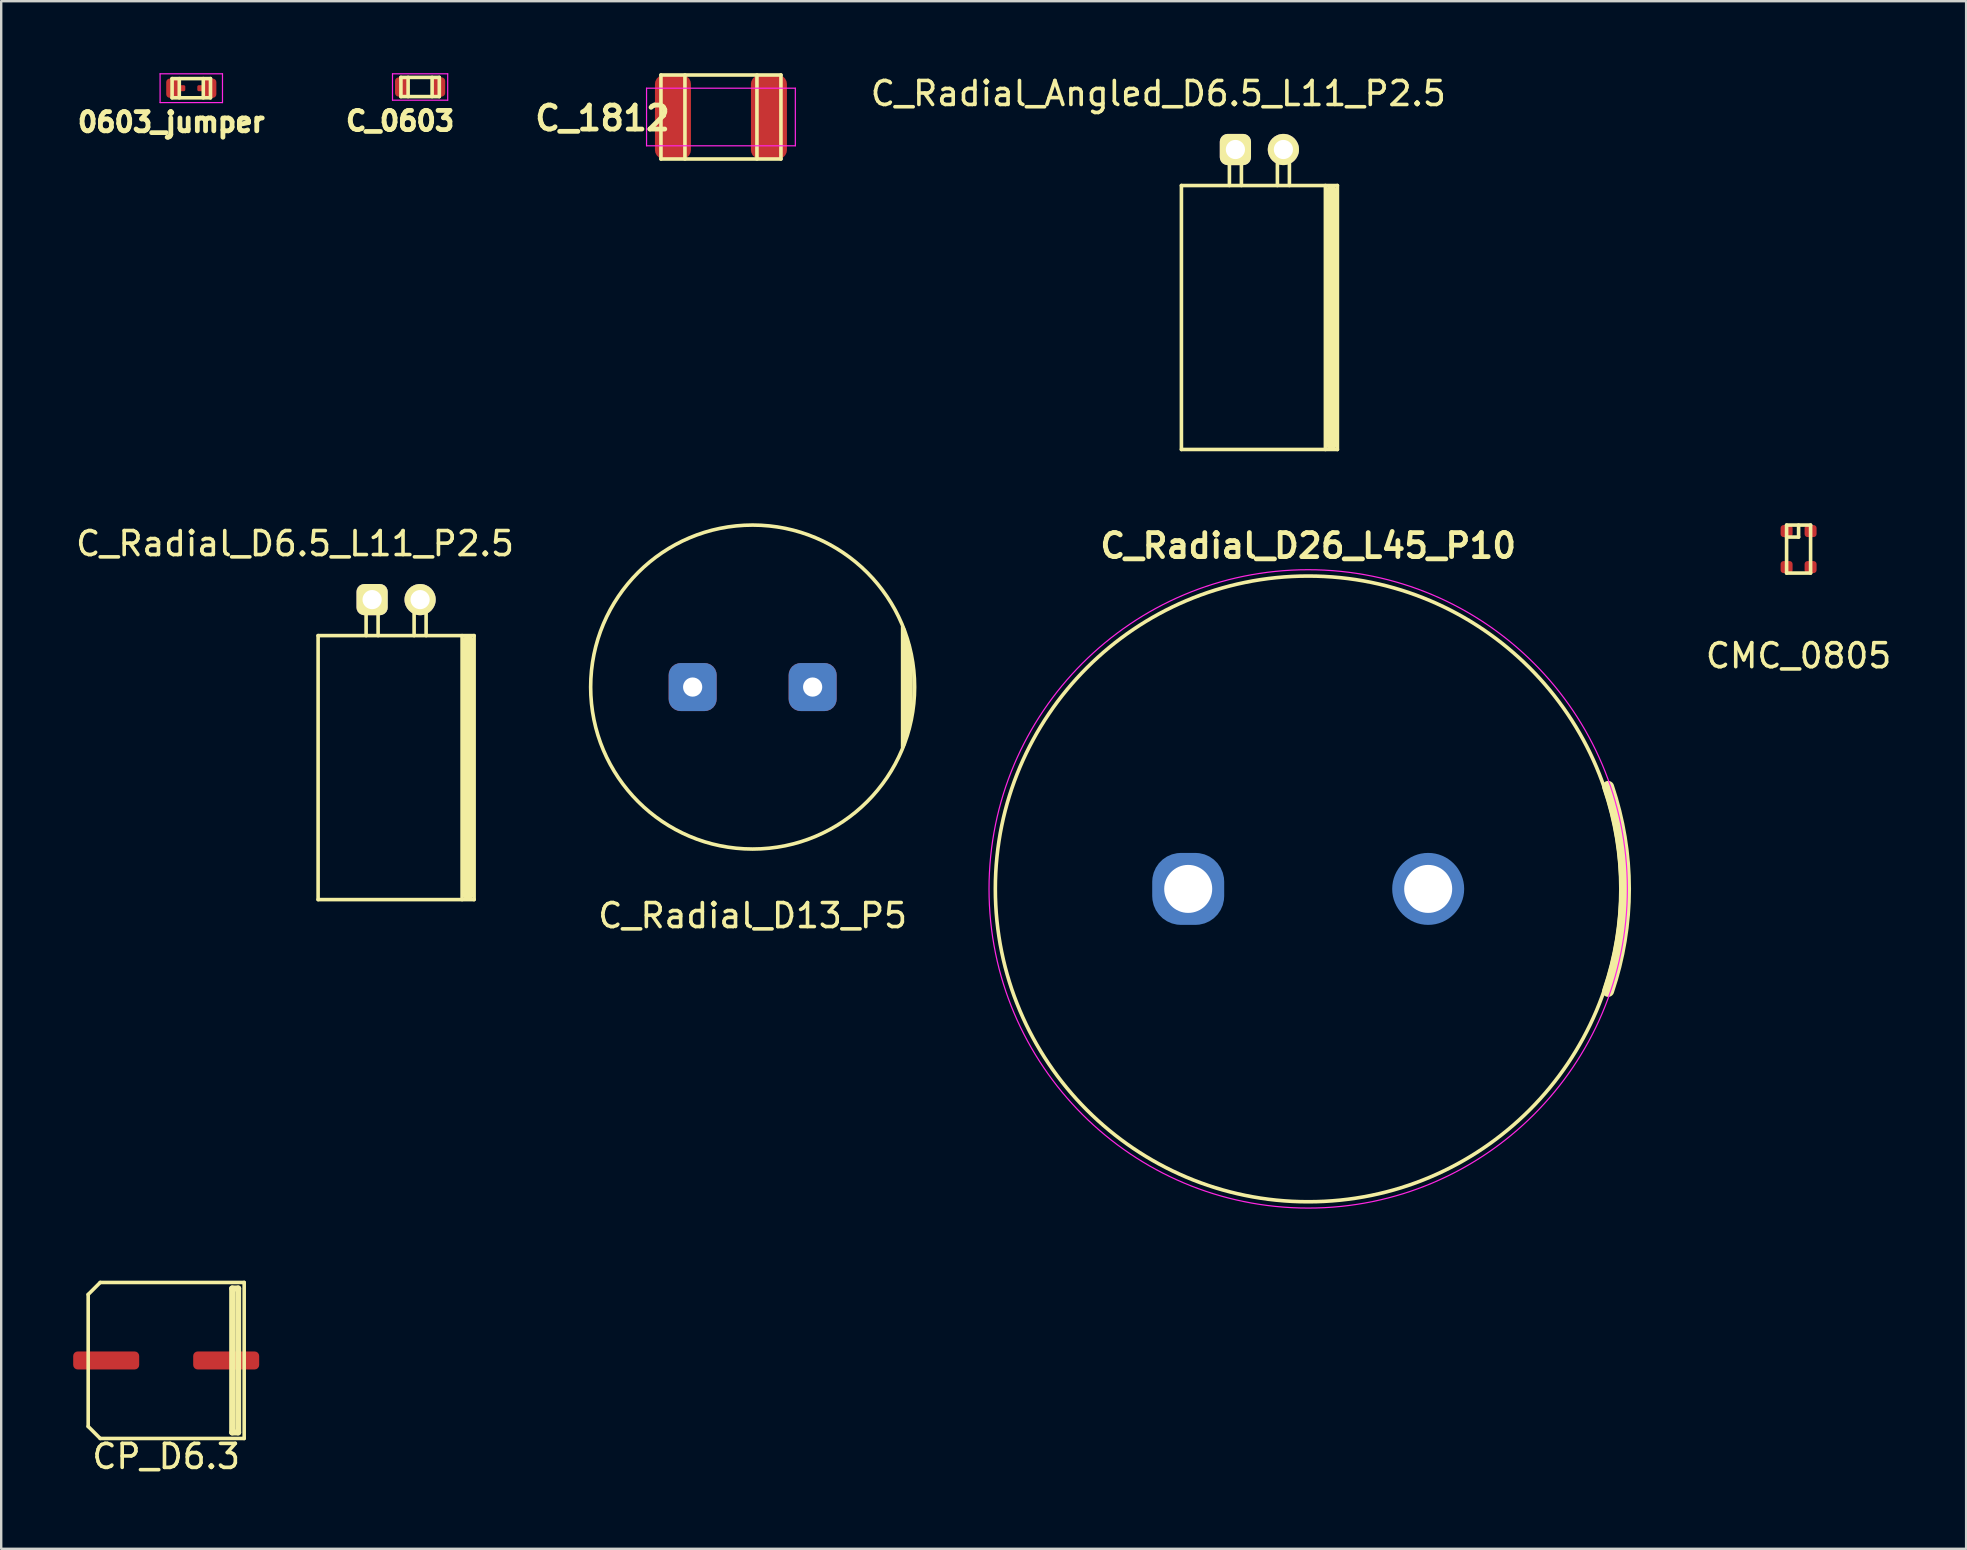
<source format=kicad_pcb>
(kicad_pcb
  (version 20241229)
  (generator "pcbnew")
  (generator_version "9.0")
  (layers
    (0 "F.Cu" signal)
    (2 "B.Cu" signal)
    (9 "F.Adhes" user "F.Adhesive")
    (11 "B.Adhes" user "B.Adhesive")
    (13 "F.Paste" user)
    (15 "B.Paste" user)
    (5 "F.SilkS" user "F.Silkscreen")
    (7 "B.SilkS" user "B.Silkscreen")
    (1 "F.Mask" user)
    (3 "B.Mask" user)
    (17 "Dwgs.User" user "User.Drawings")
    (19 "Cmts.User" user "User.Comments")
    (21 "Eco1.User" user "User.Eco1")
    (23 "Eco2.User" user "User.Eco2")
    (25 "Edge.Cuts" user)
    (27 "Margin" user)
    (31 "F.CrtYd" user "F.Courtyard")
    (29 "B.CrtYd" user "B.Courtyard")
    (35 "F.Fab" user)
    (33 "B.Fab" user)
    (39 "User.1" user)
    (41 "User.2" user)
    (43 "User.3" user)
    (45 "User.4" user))
  (footprint "C_Radial_D6.5_L11_P2.5"
    (layer "F.Cu")
    (at 12.456 21.936)
    (property "Reference" "C_Radial_D6.5_L11_P2.5" (at -3.212 -2.332 0) (layer "F.SilkS") (effects (font (size 1 1) (thickness 0.15))))
    (attr through_hole)
    (fp_line (start -2.25 1.5) (end -2.25 12.5) (stroke (width 0.15) (type solid)) (layer "F.SilkS"))
    (fp_line (start -2.25 1.5) (end 4.25 1.5) (stroke (width 0.15) (type solid)) (layer "F.SilkS"))
    (fp_line (start -2.25 12.5) (end 4.25 12.5) (stroke (width 0.15) (type solid)) (layer "F.SilkS"))
    (fp_line (start -0.25 -0.25) (end 0.25 -0.25) (stroke (width 0.15) (type solid)) (layer "F.SilkS"))
    (fp_line (start -0.25 0) (end -0.25 -0.25) (stroke (width 0.15) (type solid)) (layer "F.SilkS"))
    (fp_line (start -0.25 1.5) (end -0.25 0) (stroke (width 0.15) (type solid)) (layer "F.SilkS"))
    (fp_line (start 0.25 -0.25) (end 0.25 1.5) (stroke (width 0.15) (type solid)) (layer "F.SilkS"))
    (fp_line (start 1.75 -0.25) (end 2.25 -0.25) (stroke (width 0.15) (type solid)) (layer "F.SilkS"))
    (fp_line (start 1.75 1.5) (end 1.75 -0.25) (stroke (width 0.15) (type solid)) (layer "F.SilkS"))
    (fp_line (start 2.25 -0.25) (end 2.25 1.5) (stroke (width 0.15) (type solid)) (layer "F.SilkS"))
    (fp_line (start 3.75 1.5) (end 3.75 12.5) (stroke (width 0.15) (type solid)) (layer "F.SilkS"))
    (fp_line (start 4 1.75) (end 4 12.25) (stroke (width 0.5) (type solid)) (layer "F.SilkS"))
    (fp_line (start 4.25 12.5) (end 4.25 1.5) (stroke (width 0.15) (type solid)) (layer "F.SilkS"))
    (pad "1" thru_hole roundrect (at 0 0) (size 1.3 1.3) (drill 0.8) (layers "*.Cu" "*.Mask" "F.SilkS") (roundrect_rratio 0.25))
    (pad "2" thru_hole circle (at 2 0) (size 1.3 1.3) (drill 0.8) (layers "*.Cu" "*.Mask" "F.SilkS")))
  (footprint "CMC_0805"
    (layer "F.Cu")
    (at 71.898 19.83)
    (property "Reference" "CMC_0805" (at 0 4.445 0) (layer "F.SilkS") (effects (font (size 1 1) (thickness 0.15))))
    (attr through_hole)
    (fp_line (start -0.5 -1) (end -0.5 1) (stroke (width 0.15) (type solid)) (layer "F.SilkS"))
    (fp_line (start -0.5 -0.5) (end 0 -0.5) (stroke (width 0.15) (type solid)) (layer "F.SilkS"))
    (fp_line (start -0.5 1) (end 0.5 1) (stroke (width 0.15) (type solid)) (layer "F.SilkS"))
    (fp_line (start 0 -0.5) (end 0 -1) (stroke (width 0.15) (type solid)) (layer "F.SilkS"))
    (fp_line (start 0.5 -1) (end -0.5 -1) (stroke (width 0.15) (type solid)) (layer "F.SilkS"))
    (fp_line (start 0.5 1) (end 0.5 -1) (stroke (width 0.15) (type solid)) (layer "F.SilkS"))
    (pad "1" smd roundrect (at -0.5 -0.75) (size 0.5 0.5) (layers "F.Cu" "F.Mask" "F.Paste") (roundrect_rratio 0.25))
    (pad "2" smd roundrect (at -0.5 0.75) (size 0.5 0.5) (layers "F.Cu" "F.Mask" "F.Paste") (roundrect_rratio 0.25))
    (pad "3" smd roundrect (at 0.5 0.75) (size 0.5 0.5) (layers "F.Cu" "F.Mask" "F.Paste") (roundrect_rratio 0.25))
    (pad "4" smd roundrect (at 0.5 -0.75) (size 0.5 0.5) (layers "F.Cu" "F.Mask" "F.Paste") (roundrect_rratio 0.25)))
  (footprint "C_0603"
    (layer "F.Cu")
    (at 14.456 0.575)
    (property "Reference" "C_0603" (at -0.834 1.416 0) (layer "F.SilkS") (effects (font (size 0.8 0.8) (thickness 0.2))))
    (attr smd)
    (fp_line (start -0.8 -0.4) (end -0.8 0.4) (stroke (width 0.15) (type solid)) (layer "F.SilkS"))
    (fp_line (start -0.8 0.4) (end 0.8 0.4) (stroke (width 0.15) (type solid)) (layer "F.SilkS"))
    (fp_line (start -0.5 -0.4) (end -0.5 0.4) (stroke (width 0.15) (type solid)) (layer "F.SilkS"))
    (fp_line (start 0.5 -0.4) (end 0.5 0.4) (stroke (width 0.15) (type solid)) (layer "F.SilkS"))
    (fp_line (start 0.8 -0.4) (end -0.8 -0.4) (stroke (width 0.15) (type solid)) (layer "F.SilkS"))
    (fp_line (start 0.8 0.4) (end 0.8 -0.4) (stroke (width 0.15) (type solid)) (layer "F.SilkS"))
    (fp_line (start -1.15 -0.55) (end -1.15 0.55) (stroke (width 0.05) (type solid)) (layer "F.CrtYd"))
    (fp_line (start -1.15 -0.55) (end 1.15 -0.55) (stroke (width 0.05) (type solid)) (layer "F.CrtYd"))
    (fp_line (start -1.15 0.55) (end 1.15 0.55) (stroke (width 0.05) (type solid)) (layer "F.CrtYd"))
    (fp_line (start 1.15 -0.55) (end 1.15 0.55) (stroke (width 0.05) (type solid)) (layer "F.CrtYd"))
    (pad "1" smd roundrect (at -0.75 0) (size 0.59 0.8) (layers "F.Cu" "F.Mask" "F.Paste") (roundrect_rratio 0.25))
    (pad "2" smd roundrect (at 0.75 0) (size 0.59 0.8) (layers "F.Cu" "F.Mask" "F.Paste") (roundrect_rratio 0.25)))
  (footprint "C_1812"
    (layer "F.Cu")
    (at 26.992 1.825)
    (property "Reference" "C_1812" (at -4.936 0.05 0) (layer "F.SilkS") (effects (font (size 1 1) (thickness 0.2))))
    (attr smd)
    (fp_line (start -2.5 -1.75) (end -2.5 1.75) (stroke (width 0.15) (type solid)) (layer "F.SilkS"))
    (fp_line (start -2.5 1.75) (end 2.5 1.75) (stroke (width 0.15) (type solid)) (layer "F.SilkS"))
    (fp_line (start -1.5 -1.75) (end -1.5 1.75) (stroke (width 0.15) (type solid)) (layer "F.SilkS"))
    (fp_line (start 1.5 -1.75) (end 1.5 1.75) (stroke (width 0.15) (type solid)) (layer "F.SilkS"))
    (fp_line (start 2.5 -1.75) (end -2.5 -1.75) (stroke (width 0.15) (type solid)) (layer "F.SilkS"))
    (fp_line (start 2.5 1.75) (end 2.5 -1.75) (stroke (width 0.15) (type solid)) (layer "F.SilkS"))
    (fp_line (start -3.1 -1.2) (end -3.1 1.2) (stroke (width 0.05) (type solid)) (layer "F.CrtYd"))
    (fp_line (start -3.1 -1.2) (end 3.1 -1.2) (stroke (width 0.05) (type solid)) (layer "F.CrtYd"))
    (fp_line (start -3.1 1.2) (end 3.1 1.2) (stroke (width 0.05) (type solid)) (layer "F.CrtYd"))
    (fp_line (start 3.1 -1.2) (end 3.1 1.2) (stroke (width 0.05) (type solid)) (layer "F.CrtYd"))
    (pad "1" smd roundrect (at -2 0) (size 1.5 3.5) (layers "F.Cu" "F.Mask" "F.Paste") (roundrect_rratio 0.25))
    (pad "2" smd roundrect (at 2 0) (size 1.5 3.5) (layers "F.Cu" "F.Mask" "F.Paste") (roundrect_rratio 0.25)))
  (footprint "0603_jumper"
    (layer "F.Cu")
    (at 4.921 0.625)
    (property "Reference" "0603_jumper" (at -0.834 1.416 0) (layer "F.SilkS") (effects (font (size 0.8 0.8) (thickness 0.2))))
    (attr smd)
    (fp_line (start -0.8 -0.4) (end -0.8 0.4) (stroke (width 0.15) (type solid)) (layer "F.SilkS"))
    (fp_line (start -0.8 0.4) (end 0.8 0.4) (stroke (width 0.15) (type solid)) (layer "F.SilkS"))
    (fp_line (start -0.5 -0.4) (end -0.5 0.4) (stroke (width 0.15) (type solid)) (layer "F.SilkS"))
    (fp_line (start 0.5 -0.4) (end 0.5 0.4) (stroke (width 0.15) (type solid)) (layer "F.SilkS"))
    (fp_line (start 0.8 -0.4) (end -0.8 -0.4) (stroke (width 0.15) (type solid)) (layer "F.SilkS"))
    (fp_line (start 0.8 0.4) (end 0.8 -0.4) (stroke (width 0.15) (type solid)) (layer "F.SilkS"))
    (fp_line (start -1.3 -0.6) (end -1.3 0.6) (stroke (width 0.05) (type solid)) (layer "F.CrtYd"))
    (fp_line (start -1.3 -0.6) (end 1.3 -0.6) (stroke (width 0.05) (type solid)) (layer "F.CrtYd"))
    (fp_line (start -1.3 0.6) (end 1.3 0.6) (stroke (width 0.05) (type solid)) (layer "F.CrtYd"))
    (fp_line (start 1.3 -0.6) (end 1.3 0.6) (stroke (width 0.05) (type solid)) (layer "F.CrtYd"))
    (pad "1" smd roundrect (at -0.75 0) (size 0.5 0.25) (drill (offset 0.25 0)) (layers "F.Cu" "F.Mask" "F.Paste") (roundrect_rratio 0.25))
    (pad "1" smd roundrect (at -0.75 0) (size 0.59 0.8) (layers "F.Cu" "F.Mask" "F.Paste") (roundrect_rratio 0.25))
    (pad "2" smd roundrect (at 0.75 0) (size 0.5 0.25) (drill (offset -0.25 0)) (layers "F.Cu" "F.Mask" "F.Paste") (roundrect_rratio 0.25))
    (pad "2" smd roundrect (at 0.75 0) (size 0.59 0.8) (layers "F.Cu" "F.Mask" "F.Paste") (roundrect_rratio 0.25)))
  (footprint "CP_D6.3"
    (layer "F.Cu")
    (at 3.875 53.641)
    (property "Reference" "CP_D6.3" (at 0 4 0) (layer "F.SilkS") (effects (font (size 1 1) (thickness 0.15))))
    (attr through_hole)
    (fp_line (start -3.25 -2.75) (end -2.75 -3.25) (stroke (width 0.15) (type solid)) (layer "F.SilkS"))
    (fp_line (start -3.25 2.75) (end -3.25 -2.75) (stroke (width 0.15) (type solid)) (layer "F.SilkS"))
    (fp_line (start -3.25 2.75) (end -2.75 3.25) (stroke (width 0.15) (type solid)) (layer "F.SilkS"))
    (fp_line (start -2.75 -3.25) (end 3.25 -3.25) (stroke (width 0.15) (type solid)) (layer "F.SilkS"))
    (fp_line (start 2.75 -3) (end 2.75 3) (stroke (width 0.25) (type solid)) (layer "F.SilkS"))
    (fp_line (start 2.75 3) (end 3 3) (stroke (width 0.25) (type solid)) (layer "F.SilkS"))
    (fp_line (start 3 -3) (end 2.75 -3) (stroke (width 0.25) (type solid)) (layer "F.SilkS"))
    (fp_line (start 3 3) (end 3 -3) (stroke (width 0.25) (type solid)) (layer "F.SilkS"))
    (fp_line (start 3.25 -3.25) (end 3.25 3.25) (stroke (width 0.15) (type solid)) (layer "F.SilkS"))
    (fp_line (start 3.25 3.25) (end -2.75 3.25) (stroke (width 0.15) (type solid)) (layer "F.SilkS"))
    (pad "1" smd roundrect (at -2.5 0) (size 2.75 0.75) (layers "F.Cu" "F.Mask" "F.Paste") (roundrect_rratio 0.25))
    (pad "2" smd roundrect (at 2.5 0) (size 2.75 0.75) (layers "F.Cu" "F.Mask" "F.Paste") (roundrect_rratio 0.25)))
  (footprint "C_Radial_D26_L45_P10"
    (layer "F.Cu")
    (at 51.463 33.991)
    (property "Reference" "C_Radial_D26_L45_P10" (at 0 -14.3 0) (layer "F.SilkS") (effects (font (size 1 1) (thickness 0.2))))
    (attr through_hole)
    (fp_arc (start 12.5 -4.25) (mid 13.202746 0) (end 12.5 4.249999) (stroke (width 0.5) (type solid)) (layer "F.SilkS"))
    (fp_circle (center 0 0) (end 0 -13.037) (stroke (width 0.15) (type solid)) (fill no) (layer "F.SilkS"))
    (fp_circle (center 0 0) (end 0 -13.3) (stroke (width 0.05) (type solid)) (fill no) (layer "F.CrtYd"))
    (pad "1" thru_hole circle (at -5 0) (size 2.5 2.5) (drill 2) (layers "*.Cu" "*.Mask"))
    (pad "1" smd roundrect (at -5 0) (size 3 3) (layers "B.Cu" "B.Mask") (roundrect_rratio 0.4))
    (pad "2" thru_hole circle (at 5 0) (size 2.5 2.5) (drill 2) (layers "*.Cu" "*.Mask"))
    (pad "2" smd circle (at 5 0) (size 3 3) (layers "B.Cu" "B.Mask")))
  (footprint "C_Radial_Angled_D6.5_L11_P2.5"
    (layer "F.Cu")
    (at 48.43 3.18)
    (property "Reference" "C_Radial_Angled_D6.5_L11_P2.5" (at -3.212 -2.332 0) (layer "F.SilkS") (effects (font (size 1 1) (thickness 0.15))))
    (attr through_hole)
    (fp_line (start -2.25 1.5) (end -2.25 12.5) (stroke (width 0.15) (type solid)) (layer "F.SilkS"))
    (fp_line (start -2.25 1.5) (end 4.25 1.5) (stroke (width 0.15) (type solid)) (layer "F.SilkS"))
    (fp_line (start -2.25 12.5) (end 4.25 12.5) (stroke (width 0.15) (type solid)) (layer "F.SilkS"))
    (fp_line (start -0.25 -0.25) (end 0.25 -0.25) (stroke (width 0.15) (type solid)) (layer "F.SilkS"))
    (fp_line (start -0.25 0) (end -0.25 -0.25) (stroke (width 0.15) (type solid)) (layer "F.SilkS"))
    (fp_line (start -0.25 1.5) (end -0.25 0) (stroke (width 0.15) (type solid)) (layer "F.SilkS"))
    (fp_line (start 0.25 -0.25) (end 0.25 1.5) (stroke (width 0.15) (type solid)) (layer "F.SilkS"))
    (fp_line (start 1.75 -0.25) (end 2.25 -0.25) (stroke (width 0.15) (type solid)) (layer "F.SilkS"))
    (fp_line (start 1.75 1.5) (end 1.75 -0.25) (stroke (width 0.15) (type solid)) (layer "F.SilkS"))
    (fp_line (start 2.25 -0.25) (end 2.25 1.5) (stroke (width 0.15) (type solid)) (layer "F.SilkS"))
    (fp_line (start 3.75 1.5) (end 3.75 12.5) (stroke (width 0.15) (type solid)) (layer "F.SilkS"))
    (fp_line (start 4 1.75) (end 4 12.25) (stroke (width 0.5) (type solid)) (layer "F.SilkS"))
    (fp_line (start 4.25 12.5) (end 4.25 1.5) (stroke (width 0.15) (type solid)) (layer "F.SilkS"))
    (pad "1" thru_hole roundrect (at 0 0) (size 1.3 1.3) (drill 0.8) (layers "*.Cu" "*.Mask" "F.SilkS") (roundrect_rratio 0.25))
    (pad "2" thru_hole circle (at 2 0) (size 1.3 1.3) (drill 0.8) (layers "*.Cu" "*.Mask" "F.SilkS")))
  (footprint "C_Radial_D13_P5"
    (layer "F.Cu")
    (at 28.313 25.58)
    (property "Reference" "C_Radial_D13_P5" (at 0 9.525 0) (layer "F.SilkS") (effects (font (size 1 1) (thickness 0.15))))
    (attr through_hole)
    (fp_line (start 6.25 -2.5) (end 6.25 2.5) (stroke (width 0.15) (type solid)) (layer "F.SilkS"))
    (fp_line (start 6.3 -2.4) (end 6.3 2.4) (stroke (width 0.15) (type solid)) (layer "F.SilkS"))
    (fp_line (start 6.4 2.1) (end 6.4 -2.1) (stroke (width 0.15) (type solid)) (layer "F.SilkS"))
    (fp_line (start 6.5 -1.75) (end 6.5 1.75) (stroke (width 0.15) (type solid)) (layer "F.SilkS"))
    (fp_line (start 6.6 -1.2) (end 6.6 1.2) (stroke (width 0.15) (type solid)) (layer "F.SilkS"))
    (fp_circle (center 0 0) (end 6.75 0) (stroke (width 0.15) (type solid)) (fill no) (layer "F.SilkS"))
    (pad "1" thru_hole circle (at -2.5 0) (size 1.5 1.5) (drill 0.8) (layers "*.Cu" "*.Mask"))
    (pad "1" smd roundrect (at -2.5 0) (size 2 2) (layers "F.Cu" "F.Mask") (roundrect_rratio 0.25))
    (pad "1" smd roundrect (at -2.5 0) (size 2 2) (layers "B.Cu" "B.Mask") (roundrect_rratio 0.25))
    (pad "2" thru_hole circle (at 2.5 0) (size 1.5 1.5) (drill 0.8) (layers "*.Cu" "*.Mask"))
    (pad "2" smd roundrect (at 2.5 0) (size 2 2) (layers "F.Cu" "F.Mask") (roundrect_rratio 0.25))
    (pad "2" smd roundrect (at 2.5 0) (size 2 2) (layers "B.Cu" "B.Mask") (roundrect_rratio 0.25)))
  (gr_rect
    (start -3 -3)
    (end 78.88 61.489)
    (stroke (width 0.1) (type default))
    (fill no)
    (layer "Edge.Cuts")))
</source>
